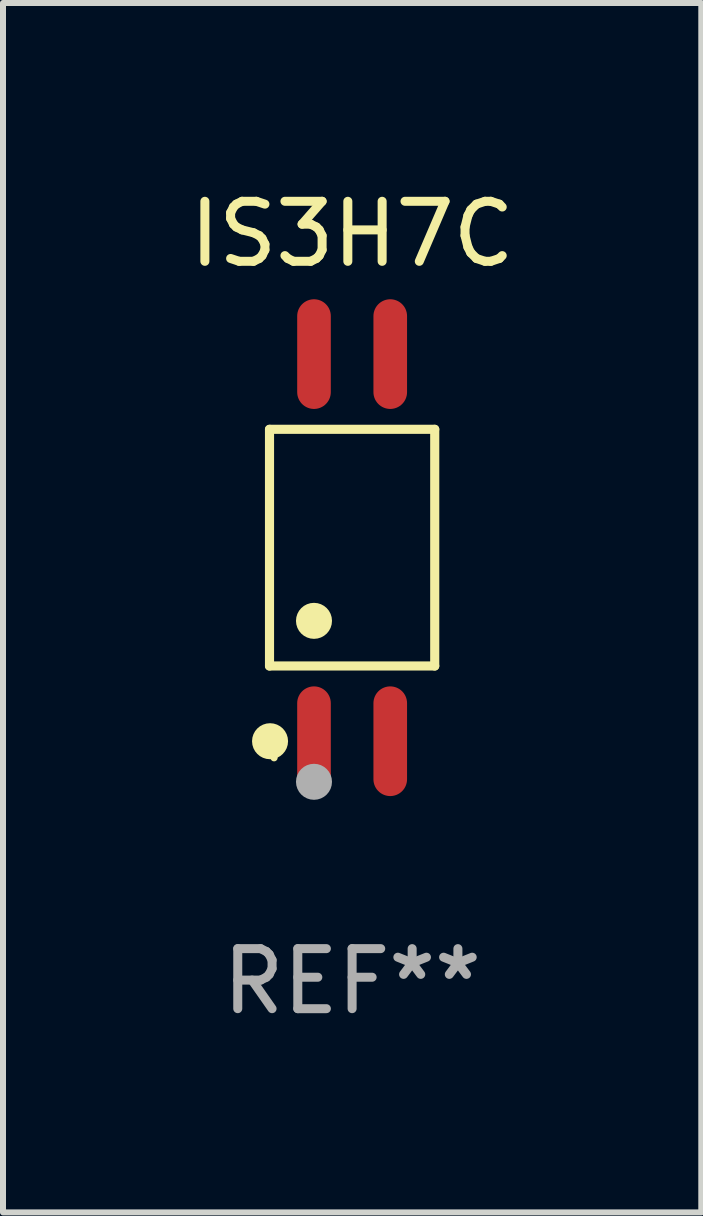
<source format=kicad_pcb>
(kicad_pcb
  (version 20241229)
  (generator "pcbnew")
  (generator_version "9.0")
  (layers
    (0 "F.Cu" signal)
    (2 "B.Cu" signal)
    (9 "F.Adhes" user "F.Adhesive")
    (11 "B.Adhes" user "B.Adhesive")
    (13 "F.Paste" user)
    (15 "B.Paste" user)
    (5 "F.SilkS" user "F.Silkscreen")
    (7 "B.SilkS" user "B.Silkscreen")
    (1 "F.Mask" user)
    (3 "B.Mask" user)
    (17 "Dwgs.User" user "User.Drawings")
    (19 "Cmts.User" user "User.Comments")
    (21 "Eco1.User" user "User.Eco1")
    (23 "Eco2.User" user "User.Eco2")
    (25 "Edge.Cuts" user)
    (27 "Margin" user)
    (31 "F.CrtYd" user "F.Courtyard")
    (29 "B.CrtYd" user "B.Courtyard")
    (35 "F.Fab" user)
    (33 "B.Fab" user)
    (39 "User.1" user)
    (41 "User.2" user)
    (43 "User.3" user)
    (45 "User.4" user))
  (footprint "IS3H7C"
    (layer "F.Cu")
    (at 2.815 6.072)
    (property "Reference" "IS3H7C" (at 0 -5.224 0) (layer "F.SilkS") (effects (font (size 1 1) (thickness 0.15))))
    (attr through_hole)
    (fp_line (start -1.376 -1.971) (end 1.376 -1.971) (stroke (width 0.152) (type solid)) (layer "F.SilkS"))
    (fp_line (start -1.376 1.971) (end -1.376 -1.971) (stroke (width 0.152) (type solid)) (layer "F.SilkS"))
    (fp_line (start 1.376 -1.971) (end 1.376 1.971) (stroke (width 0.152) (type solid)) (layer "F.SilkS"))
    (fp_line (start 1.376 1.971) (end -1.376 1.971) (stroke (width 0.152) (type solid)) (layer "F.SilkS"))
    (fp_circle (center -1.367 3.224) (end -1.217 3.224) (stroke (width 0.3) (type solid)) (fill no) (layer "F.SilkS"))
    (fp_circle (center -1.3 3.5) (end -1.27 3.5) (stroke (width 0.06) (type solid)) (fill no) (layer "F.SilkS"))
    (fp_circle (center -0.635 1.219) (end -0.485 1.219) (stroke (width 0.3) (type solid)) (fill no) (layer "F.SilkS"))
    (fp_circle (center -0.635 3.9) (end -0.485 3.9) (stroke (width 0.3) (type solid)) (fill no) (layer "F.Fab"))
    (fp_text user "REF**" (at 0 7.224 0) (layer "F.Fab") (effects (font (size 1 1) (thickness 0.15))))
    (pad "1" smd oval (at -0.635 3.224) (size 0.56 1.827) (layers "F.Cu" "F.Mask" "F.Paste"))
    (pad "2" smd oval (at 0.635 3.224) (size 0.56 1.827) (layers "F.Cu" "F.Mask" "F.Paste"))
    (pad "3" smd oval (at 0.635 -3.224) (size 0.56 1.827) (layers "F.Cu" "F.Mask" "F.Paste"))
    (pad "4" smd oval (at -0.635 -3.224) (size 0.56 1.827) (layers "F.Cu" "F.Mask" "F.Paste")))
  (gr_rect
    (start -3 -3)
    (end 8.631 17.144)
    (stroke (width 0.1) (type default))
    (fill no)
    (layer "Edge.Cuts")))
</source>
